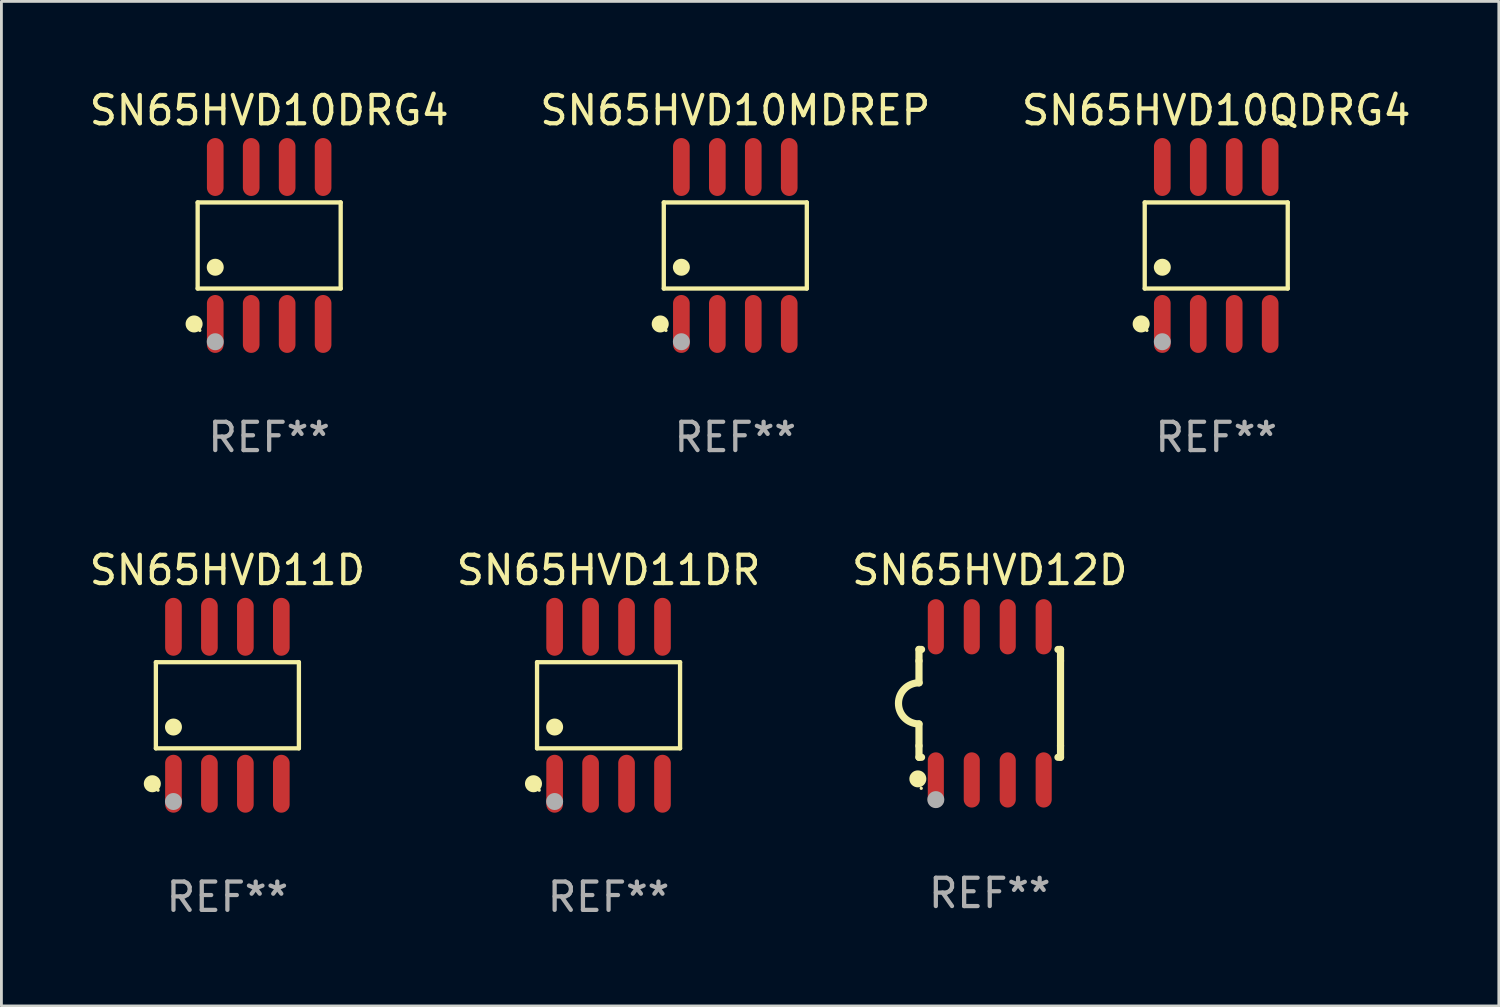
<source format=kicad_pcb>
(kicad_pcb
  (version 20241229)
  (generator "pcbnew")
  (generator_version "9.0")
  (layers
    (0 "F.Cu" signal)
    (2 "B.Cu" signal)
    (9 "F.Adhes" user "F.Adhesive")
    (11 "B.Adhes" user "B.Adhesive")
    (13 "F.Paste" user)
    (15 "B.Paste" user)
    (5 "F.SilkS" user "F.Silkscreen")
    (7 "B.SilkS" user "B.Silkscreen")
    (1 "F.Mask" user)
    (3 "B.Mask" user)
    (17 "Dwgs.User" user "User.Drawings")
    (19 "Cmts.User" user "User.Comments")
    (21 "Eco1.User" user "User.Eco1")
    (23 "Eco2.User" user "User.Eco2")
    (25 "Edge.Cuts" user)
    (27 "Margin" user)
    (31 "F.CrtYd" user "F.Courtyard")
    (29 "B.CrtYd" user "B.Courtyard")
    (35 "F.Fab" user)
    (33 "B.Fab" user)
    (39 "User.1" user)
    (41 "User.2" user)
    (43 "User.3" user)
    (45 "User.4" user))
  (footprint "SN65HVD10DRG4"
    (layer "F.Cu")
    (at 6.458 5.621)
    (property "Reference" "SN65HVD10DRG4" (at 0 -4.772 0) (layer "F.SilkS") (effects (font (size 1 1) (thickness 0.15))))
    (attr through_hole)
    (fp_line (start -2.526 -1.521) (end 2.526 -1.521) (stroke (width 0.152) (type solid)) (layer "F.SilkS"))
    (fp_line (start -2.526 1.521) (end -2.526 -1.521) (stroke (width 0.152) (type solid)) (layer "F.SilkS"))
    (fp_line (start 2.526 -1.521) (end 2.526 1.521) (stroke (width 0.152) (type solid)) (layer "F.SilkS"))
    (fp_line (start 2.526 1.521) (end -2.526 1.521) (stroke (width 0.152) (type solid)) (layer "F.SilkS"))
    (fp_circle (center -2.652 2.772) (end -2.501 2.772) (stroke (width 0.3) (type solid)) (fill no) (layer "F.SilkS"))
    (fp_circle (center -2.45 3) (end -2.42 3) (stroke (width 0.06) (type solid)) (fill no) (layer "F.SilkS"))
    (fp_circle (center -1.905 0.769) (end -1.755 0.769) (stroke (width 0.3) (type solid)) (fill no) (layer "F.SilkS"))
    (fp_circle (center -1.905 3.4) (end -1.755 3.4) (stroke (width 0.3) (type solid)) (fill no) (layer "F.Fab"))
    (fp_text user "REF**" (at 0 6.772 0) (layer "F.Fab") (effects (font (size 1 1) (thickness 0.15))))
    (pad "1" smd oval (at -1.905 2.772) (size 0.588 2.045) (layers "F.Cu" "F.Mask" "F.Paste"))
    (pad "2" smd oval (at -0.635 2.772) (size 0.588 2.045) (layers "F.Cu" "F.Mask" "F.Paste"))
    (pad "3" smd oval (at 0.635 2.772) (size 0.588 2.045) (layers "F.Cu" "F.Mask" "F.Paste"))
    (pad "4" smd oval (at 1.905 2.772) (size 0.588 2.045) (layers "F.Cu" "F.Mask" "F.Paste"))
    (pad "5" smd oval (at 1.905 -2.772) (size 0.588 2.045) (layers "F.Cu" "F.Mask" "F.Paste"))
    (pad "6" smd oval (at 0.635 -2.772) (size 0.588 2.045) (layers "F.Cu" "F.Mask" "F.Paste"))
    (pad "7" smd oval (at -0.635 -2.772) (size 0.588 2.045) (layers "F.Cu" "F.Mask" "F.Paste"))
    (pad "8" smd oval (at -1.905 -2.772) (size 0.588 2.045) (layers "F.Cu" "F.Mask" "F.Paste")))
  (footprint "SN65HVD11DR"
    (layer "F.Cu")
    (at 18.446 21.862)
    (property "Reference" "SN65HVD11DR" (at 0 -4.772 0) (layer "F.SilkS") (effects (font (size 1 1) (thickness 0.15))))
    (attr through_hole)
    (fp_line (start -2.526 -1.521) (end 2.526 -1.521) (stroke (width 0.152) (type solid)) (layer "F.SilkS"))
    (fp_line (start -2.526 1.521) (end -2.526 -1.521) (stroke (width 0.152) (type solid)) (layer "F.SilkS"))
    (fp_line (start 2.526 -1.521) (end 2.526 1.521) (stroke (width 0.152) (type solid)) (layer "F.SilkS"))
    (fp_line (start 2.526 1.521) (end -2.526 1.521) (stroke (width 0.152) (type solid)) (layer "F.SilkS"))
    (fp_circle (center -2.652 2.772) (end -2.501 2.772) (stroke (width 0.3) (type solid)) (fill no) (layer "F.SilkS"))
    (fp_circle (center -2.45 3) (end -2.42 3) (stroke (width 0.06) (type solid)) (fill no) (layer "F.SilkS"))
    (fp_circle (center -1.905 0.769) (end -1.755 0.769) (stroke (width 0.3) (type solid)) (fill no) (layer "F.SilkS"))
    (fp_circle (center -1.905 3.4) (end -1.755 3.4) (stroke (width 0.3) (type solid)) (fill no) (layer "F.Fab"))
    (fp_text user "REF**" (at 0 6.772 0) (layer "F.Fab") (effects (font (size 1 1) (thickness 0.15))))
    (pad "1" smd oval (at -1.905 2.772) (size 0.588 2.045) (layers "F.Cu" "F.Mask" "F.Paste"))
    (pad "2" smd oval (at -0.635 2.772) (size 0.588 2.045) (layers "F.Cu" "F.Mask" "F.Paste"))
    (pad "3" smd oval (at 0.635 2.772) (size 0.588 2.045) (layers "F.Cu" "F.Mask" "F.Paste"))
    (pad "4" smd oval (at 1.905 2.772) (size 0.588 2.045) (layers "F.Cu" "F.Mask" "F.Paste"))
    (pad "5" smd oval (at 1.905 -2.772) (size 0.588 2.045) (layers "F.Cu" "F.Mask" "F.Paste"))
    (pad "6" smd oval (at 0.635 -2.772) (size 0.588 2.045) (layers "F.Cu" "F.Mask" "F.Paste"))
    (pad "7" smd oval (at -0.635 -2.772) (size 0.588 2.045) (layers "F.Cu" "F.Mask" "F.Paste"))
    (pad "8" smd oval (at -1.905 -2.772) (size 0.588 2.045) (layers "F.Cu" "F.Mask" "F.Paste")))
  (footprint "SN65HVD10MDREP"
    (layer "F.Cu")
    (at 22.923 5.621)
    (property "Reference" "SN65HVD10MDREP" (at 0 -4.772 0) (layer "F.SilkS") (effects (font (size 1 1) (thickness 0.15))))
    (attr through_hole)
    (fp_line (start -2.526 -1.521) (end 2.526 -1.521) (stroke (width 0.152) (type solid)) (layer "F.SilkS"))
    (fp_line (start -2.526 1.521) (end -2.526 -1.521) (stroke (width 0.152) (type solid)) (layer "F.SilkS"))
    (fp_line (start 2.526 -1.521) (end 2.526 1.521) (stroke (width 0.152) (type solid)) (layer "F.SilkS"))
    (fp_line (start 2.526 1.521) (end -2.526 1.521) (stroke (width 0.152) (type solid)) (layer "F.SilkS"))
    (fp_circle (center -2.652 2.772) (end -2.501 2.772) (stroke (width 0.3) (type solid)) (fill no) (layer "F.SilkS"))
    (fp_circle (center -2.45 3) (end -2.42 3) (stroke (width 0.06) (type solid)) (fill no) (layer "F.SilkS"))
    (fp_circle (center -1.905 0.769) (end -1.755 0.769) (stroke (width 0.3) (type solid)) (fill no) (layer "F.SilkS"))
    (fp_circle (center -1.905 3.4) (end -1.755 3.4) (stroke (width 0.3) (type solid)) (fill no) (layer "F.Fab"))
    (fp_text user "REF**" (at 0 6.772 0) (layer "F.Fab") (effects (font (size 1 1) (thickness 0.15))))
    (pad "1" smd oval (at -1.905 2.772) (size 0.588 2.045) (layers "F.Cu" "F.Mask" "F.Paste"))
    (pad "2" smd oval (at -0.635 2.772) (size 0.588 2.045) (layers "F.Cu" "F.Mask" "F.Paste"))
    (pad "3" smd oval (at 0.635 2.772) (size 0.588 2.045) (layers "F.Cu" "F.Mask" "F.Paste"))
    (pad "4" smd oval (at 1.905 2.772) (size 0.588 2.045) (layers "F.Cu" "F.Mask" "F.Paste"))
    (pad "5" smd oval (at 1.905 -2.772) (size 0.588 2.045) (layers "F.Cu" "F.Mask" "F.Paste"))
    (pad "6" smd oval (at 0.635 -2.772) (size 0.588 2.045) (layers "F.Cu" "F.Mask" "F.Paste"))
    (pad "7" smd oval (at -0.635 -2.772) (size 0.588 2.045) (layers "F.Cu" "F.Mask" "F.Paste"))
    (pad "8" smd oval (at -1.905 -2.772) (size 0.588 2.045) (layers "F.Cu" "F.Mask" "F.Paste")))
  (footprint "SN65HVD10QDRG4"
    (layer "F.Cu")
    (at 39.911 5.621)
    (property "Reference" "SN65HVD10QDRG4" (at 0 -4.772 0) (layer "F.SilkS") (effects (font (size 1 1) (thickness 0.15))))
    (attr through_hole)
    (fp_line (start -2.526 -1.521) (end 2.526 -1.521) (stroke (width 0.152) (type solid)) (layer "F.SilkS"))
    (fp_line (start -2.526 1.521) (end -2.526 -1.521) (stroke (width 0.152) (type solid)) (layer "F.SilkS"))
    (fp_line (start 2.526 -1.521) (end 2.526 1.521) (stroke (width 0.152) (type solid)) (layer "F.SilkS"))
    (fp_line (start 2.526 1.521) (end -2.526 1.521) (stroke (width 0.152) (type solid)) (layer "F.SilkS"))
    (fp_circle (center -2.652 2.772) (end -2.501 2.772) (stroke (width 0.3) (type solid)) (fill no) (layer "F.SilkS"))
    (fp_circle (center -2.45 3) (end -2.42 3) (stroke (width 0.06) (type solid)) (fill no) (layer "F.SilkS"))
    (fp_circle (center -1.905 0.769) (end -1.755 0.769) (stroke (width 0.3) (type solid)) (fill no) (layer "F.SilkS"))
    (fp_circle (center -1.905 3.4) (end -1.755 3.4) (stroke (width 0.3) (type solid)) (fill no) (layer "F.Fab"))
    (fp_text user "REF**" (at 0 6.772 0) (layer "F.Fab") (effects (font (size 1 1) (thickness 0.15))))
    (pad "1" smd oval (at -1.905 2.772) (size 0.588 2.045) (layers "F.Cu" "F.Mask" "F.Paste"))
    (pad "2" smd oval (at -0.635 2.772) (size 0.588 2.045) (layers "F.Cu" "F.Mask" "F.Paste"))
    (pad "3" smd oval (at 0.635 2.772) (size 0.588 2.045) (layers "F.Cu" "F.Mask" "F.Paste"))
    (pad "4" smd oval (at 1.905 2.772) (size 0.588 2.045) (layers "F.Cu" "F.Mask" "F.Paste"))
    (pad "5" smd oval (at 1.905 -2.772) (size 0.588 2.045) (layers "F.Cu" "F.Mask" "F.Paste"))
    (pad "6" smd oval (at 0.635 -2.772) (size 0.588 2.045) (layers "F.Cu" "F.Mask" "F.Paste"))
    (pad "7" smd oval (at -0.635 -2.772) (size 0.588 2.045) (layers "F.Cu" "F.Mask" "F.Paste"))
    (pad "8" smd oval (at -1.905 -2.772) (size 0.588 2.045) (layers "F.Cu" "F.Mask" "F.Paste")))
  (footprint "SN65HVD11D"
    (layer "F.Cu")
    (at 4.982 21.862)
    (property "Reference" "SN65HVD11D" (at 0 -4.772 0) (layer "F.SilkS") (effects (font (size 1 1) (thickness 0.15))))
    (attr through_hole)
    (fp_line (start -2.526 -1.521) (end 2.526 -1.521) (stroke (width 0.152) (type solid)) (layer "F.SilkS"))
    (fp_line (start -2.526 1.521) (end -2.526 -1.521) (stroke (width 0.152) (type solid)) (layer "F.SilkS"))
    (fp_line (start 2.526 -1.521) (end 2.526 1.521) (stroke (width 0.152) (type solid)) (layer "F.SilkS"))
    (fp_line (start 2.526 1.521) (end -2.526 1.521) (stroke (width 0.152) (type solid)) (layer "F.SilkS"))
    (fp_circle (center -2.652 2.772) (end -2.501 2.772) (stroke (width 0.3) (type solid)) (fill no) (layer "F.SilkS"))
    (fp_circle (center -2.45 3) (end -2.42 3) (stroke (width 0.06) (type solid)) (fill no) (layer "F.SilkS"))
    (fp_circle (center -1.905 0.769) (end -1.755 0.769) (stroke (width 0.3) (type solid)) (fill no) (layer "F.SilkS"))
    (fp_circle (center -1.905 3.4) (end -1.755 3.4) (stroke (width 0.3) (type solid)) (fill no) (layer "F.Fab"))
    (fp_text user "REF**" (at 0 6.772 0) (layer "F.Fab") (effects (font (size 1 1) (thickness 0.15))))
    (pad "1" smd oval (at -1.905 2.772) (size 0.588 2.045) (layers "F.Cu" "F.Mask" "F.Paste"))
    (pad "2" smd oval (at -0.635 2.772) (size 0.588 2.045) (layers "F.Cu" "F.Mask" "F.Paste"))
    (pad "3" smd oval (at 0.635 2.772) (size 0.588 2.045) (layers "F.Cu" "F.Mask" "F.Paste"))
    (pad "4" smd oval (at 1.905 2.772) (size 0.588 2.045) (layers "F.Cu" "F.Mask" "F.Paste"))
    (pad "5" smd oval (at 1.905 -2.772) (size 0.588 2.045) (layers "F.Cu" "F.Mask" "F.Paste"))
    (pad "6" smd oval (at 0.635 -2.772) (size 0.588 2.045) (layers "F.Cu" "F.Mask" "F.Paste"))
    (pad "7" smd oval (at -0.635 -2.772) (size 0.588 2.045) (layers "F.Cu" "F.Mask" "F.Paste"))
    (pad "8" smd oval (at -1.905 -2.772) (size 0.588 2.045) (layers "F.Cu" "F.Mask" "F.Paste")))
  (footprint "SN65HVD12D"
    (layer "F.Cu")
    (at 31.911 21.795)
    (property "Reference" "SN65HVD12D" (at 0 -4.705 0) (layer "F.SilkS") (effects (font (size 1 1) (thickness 0.15))))
    (attr through_hole)
    (fp_line (start -2.5 -1.905) (end -2.409 -1.905) (stroke (width 0.254) (type solid)) (layer "F.SilkS"))
    (fp_line (start -2.5 -1.5) (end -2.5 -1.905) (stroke (width 0.254) (type solid)) (layer "F.SilkS"))
    (fp_line (start -2.5 -1.5) (end -2.5 -0.726) (stroke (width 0.254) (type solid)) (layer "F.SilkS"))
    (fp_line (start -2.5 1.5) (end -2.5 0.727) (stroke (width 0.254) (type solid)) (layer "F.SilkS"))
    (fp_line (start -2.5 1.5) (end -2.5 1.905) (stroke (width 0.254) (type solid)) (layer "F.SilkS"))
    (fp_line (start -2.5 1.905) (end -2.409 1.905) (stroke (width 0.254) (type solid)) (layer "F.SilkS"))
    (fp_line (start 2.5 -1.905) (end 2.409 -1.905) (stroke (width 0.254) (type solid)) (layer "F.SilkS"))
    (fp_line (start 2.5 -1.5) (end 2.5 -1.905) (stroke (width 0.254) (type solid)) (layer "F.SilkS"))
    (fp_line (start 2.5 -1.5) (end 2.5 1.5) (stroke (width 0.254) (type solid)) (layer "F.SilkS"))
    (fp_line (start 2.5 1.5) (end 2.5 1.905) (stroke (width 0.254) (type solid)) (layer "F.SilkS"))
    (fp_line (start 2.5 1.905) (end 2.409 1.905) (stroke (width 0.254) (type solid)) (layer "F.SilkS"))
    (fp_arc (start -2.5 0.726568) (mid -3.220316 -0.0023) (end -2.495097 -0.726289) (stroke (width 0.254001) (type solid)) (layer "F.SilkS"))
    (fp_circle (center -2.54 2.667) (end -2.39 2.667) (stroke (width 0.3) (type solid)) (fill no) (layer "F.SilkS"))
    (fp_circle (center -2.42 3) (end -2.39 3) (stroke (width 0.06) (type solid)) (fill no) (layer "F.SilkS"))
    (fp_circle (center -1.905 3.4) (end -1.755 3.4) (stroke (width 0.3) (type solid)) (fill no) (layer "F.Fab"))
    (fp_text user "REF**" (at 0 6.705 0) (layer "F.Fab") (effects (font (size 1 1) (thickness 0.15))))
    (pad "1" smd oval (at -1.905 2.705) (size 0.568 1.95) (layers "F.Cu" "F.Mask" "F.Paste"))
    (pad "2" smd oval (at -0.635 2.705) (size 0.568 1.95) (layers "F.Cu" "F.Mask" "F.Paste"))
    (pad "3" smd oval (at 0.635 2.705) (size 0.568 1.95) (layers "F.Cu" "F.Mask" "F.Paste"))
    (pad "4" smd oval (at 1.905 2.705) (size 0.568 1.95) (layers "F.Cu" "F.Mask" "F.Paste"))
    (pad "5" smd oval (at 1.905 -2.705) (size 0.568 1.95) (layers "F.Cu" "F.Mask" "F.Paste"))
    (pad "6" smd oval (at 0.635 -2.705) (size 0.568 1.95) (layers "F.Cu" "F.Mask" "F.Paste"))
    (pad "7" smd oval (at -0.635 -2.705) (size 0.568 1.95) (layers "F.Cu" "F.Mask" "F.Paste"))
    (pad "8" smd oval (at -1.905 -2.705) (size 0.568 1.95) (layers "F.Cu" "F.Mask" "F.Paste")))
  (gr_rect
    (start -3 -3)
    (end 49.893 32.483)
    (stroke (width 0.1) (type default))
    (fill no)
    (layer "Edge.Cuts")))
</source>
